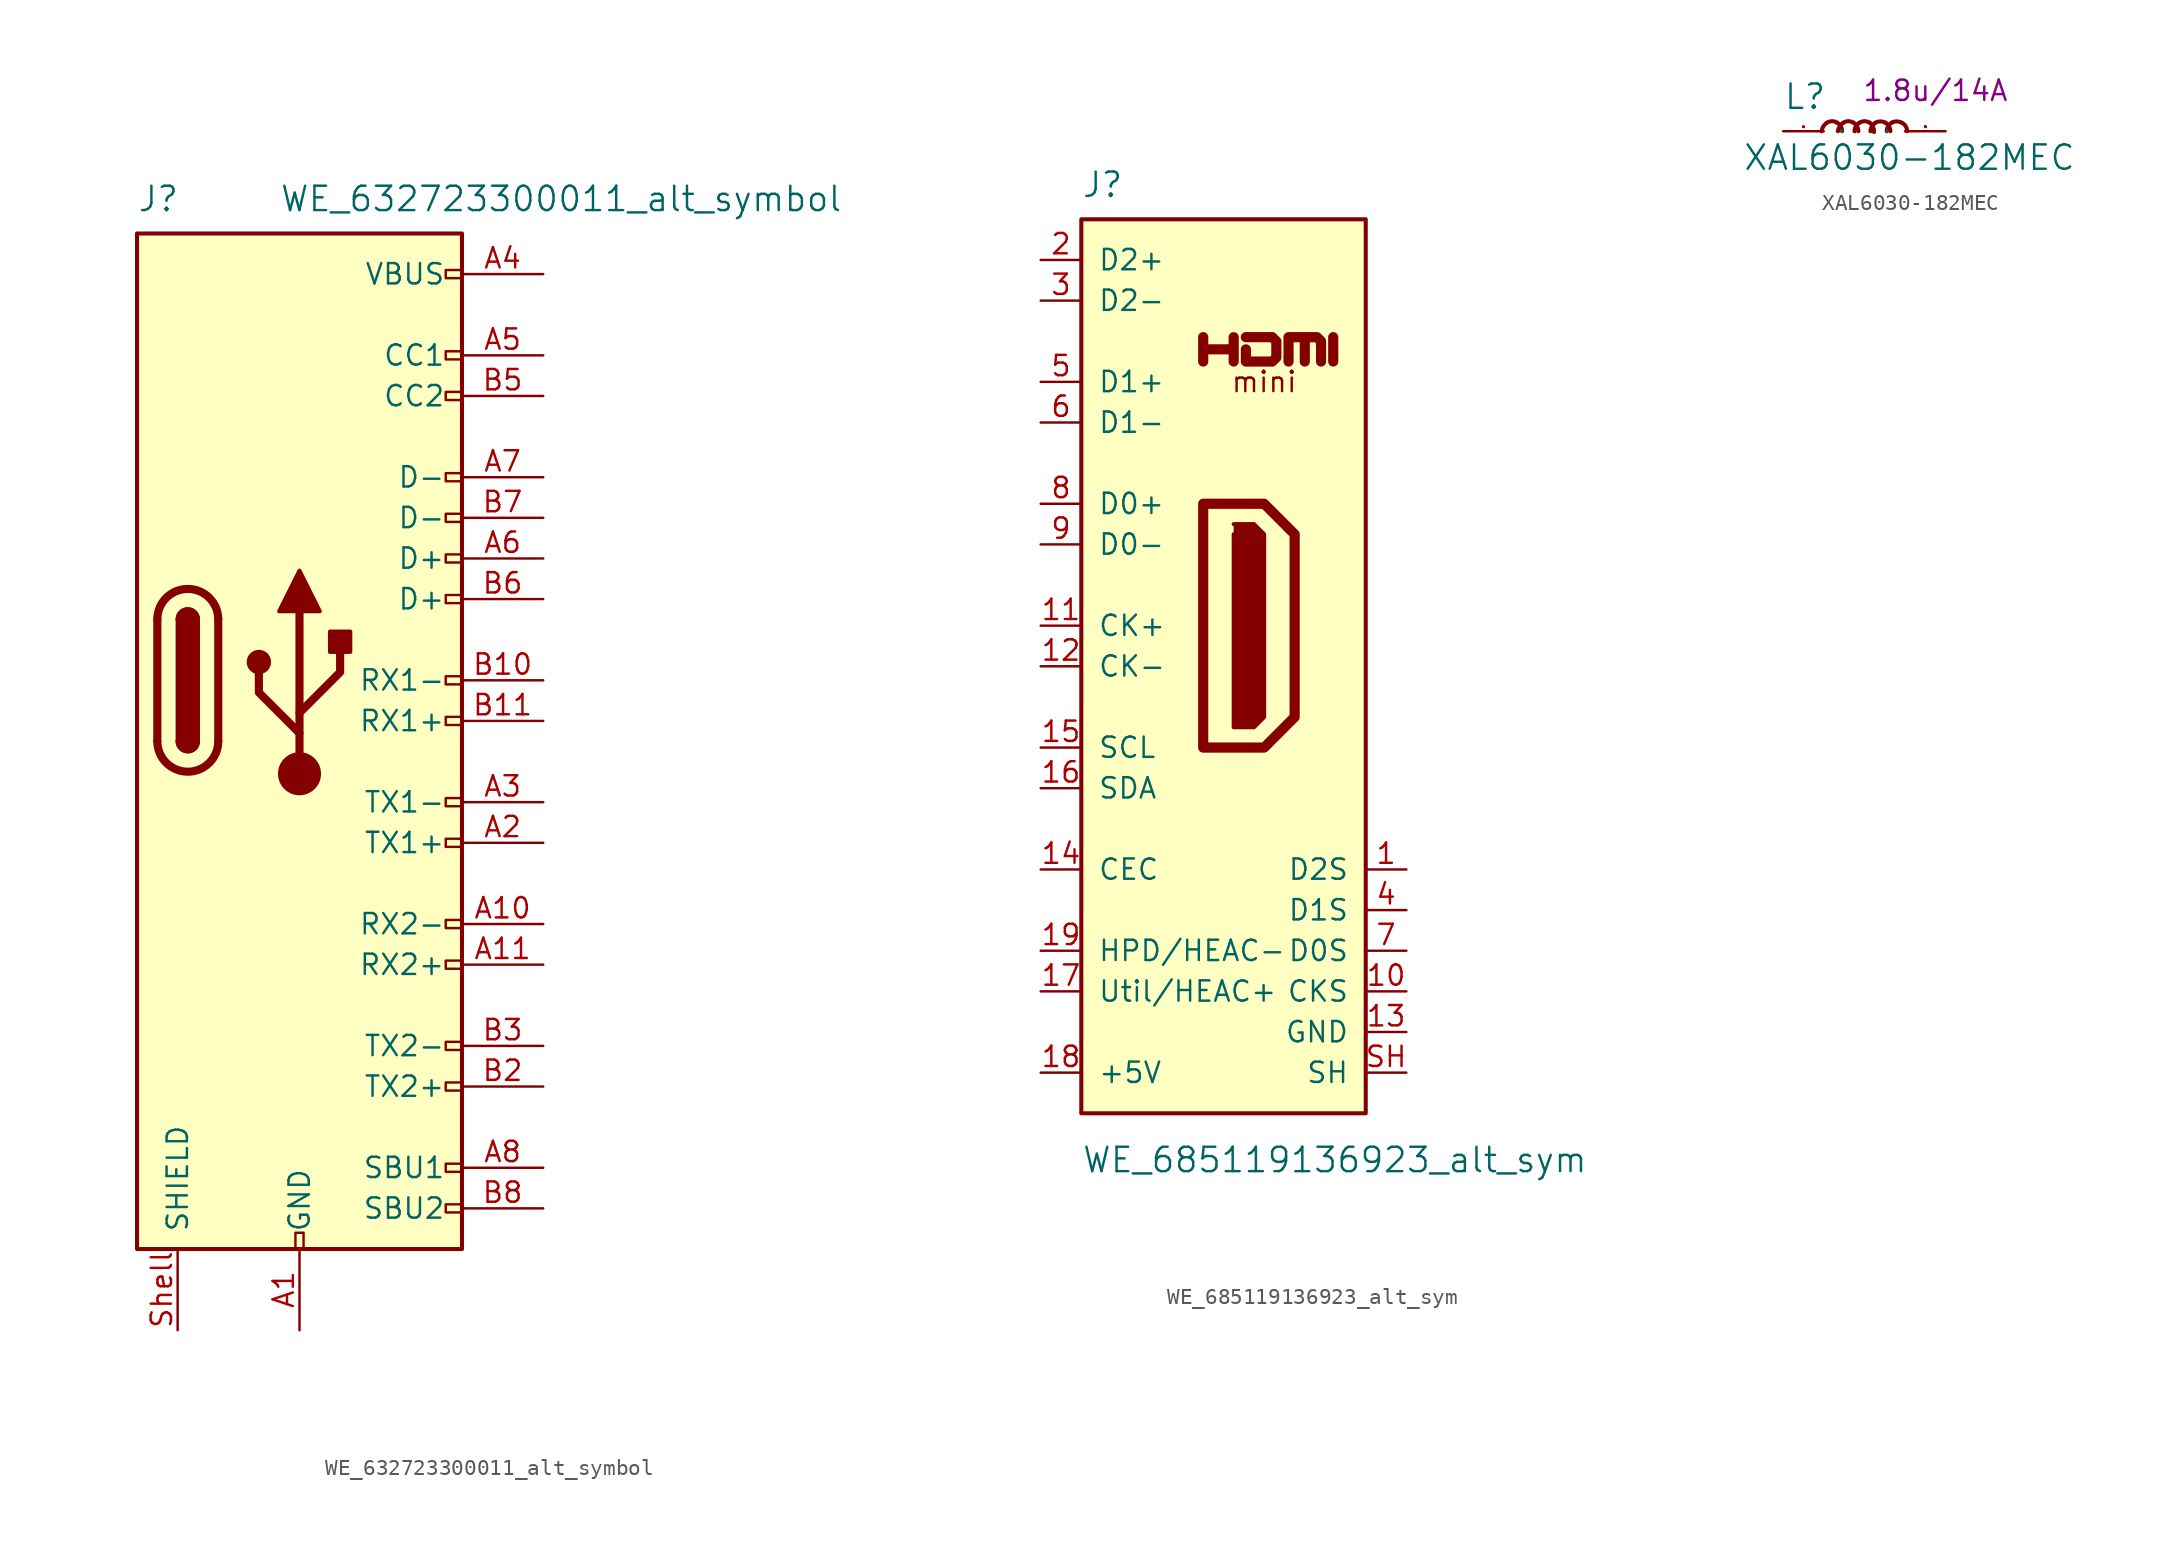
<source format=kicad_sym>
(kicad_symbol_lib
  (version 20220914)
  (generator kicad_symbol_editor)
  (symbol "WE_632723300011_alt_symbol"
    (pin_names
      (offset 1.016))
    (property "Reference" "J"
      (at -10.16 29.21 0)
      (effects (font (size 1.524 1.524)) (justify left bottom)))
    (property "Value" "WE_632723300011_alt_symbol"
      (at -1.27 29.21 0)
      (effects (font (size 1.524 1.524)) (justify left bottom)))
    (symbol "WE_632723300011_alt_symbol_1_1"
      (rectangle (start -10.16 27.94) (end 10.16 -35.56) (stroke (width 0.254) (type default)) (fill (type background)))
      (arc (start -8.89 -3.81) (mid -6.985 -5.7067) (end -5.08 -3.81) (stroke (width 0.508) (type default)) (fill (type none)))
      (arc (start -7.62 -3.81) (mid -6.985 -4.4423) (end -6.35 -3.81) (stroke (width 0.254) (type default)) (fill (type none)))
      (arc (start -7.62 -3.81) (mid -6.985 -4.4423) (end -6.35 -3.81) (stroke (width 0.254) (type default)) (fill (type outline)))
      (rectangle (start -7.62 -3.81) (end -6.35 3.81) (stroke (width 0.254) (type default)) (fill (type outline)))
      (arc (start -6.35 3.81) (mid -6.985 4.4423) (end -7.62 3.81) (stroke (width 0.254) (type default)) (fill (type none)))
      (arc (start -6.35 3.81) (mid -6.985 4.4423) (end -7.62 3.81) (stroke (width 0.254) (type default)) (fill (type outline)))
      (arc (start -5.08 3.81) (mid -6.985 5.7067) (end -8.89 3.81) (stroke (width 0.508) (type default)) (fill (type none)))
      (circle (center -2.54 1.143) (radius 0.635) (stroke (width 0.254) (type default)) (fill (type outline)))
      (rectangle (start -0.254 -35.56) (end 0.254 -34.544) (stroke (width 0) (type default)) (fill (type none)))
      (circle (center 0 -5.842) (radius 1.27) (stroke (width 0) (type default)) (fill (type outline)))
      (polyline (pts (xy -8.89 -3.81) (xy -8.89 3.81)) (stroke (width 0.508) (type default)) (fill (type none)))
      (polyline (pts (xy -5.08 3.81) (xy -5.08 -3.81)) (stroke (width 0.508) (type default)) (fill (type none)))
      (polyline (pts (xy 0 -5.842) (xy 0 4.318)) (stroke (width 0.508) (type default)) (fill (type none)))
      (polyline (pts (xy 0 -3.302) (xy -2.54 -0.762) (xy -2.54 0.508)) (stroke (width 0.508) (type default)) (fill (type none)))
      (polyline (pts (xy 0 -2.032) (xy 2.54 0.508) (xy 2.54 1.778)) (stroke (width 0.508) (type default)) (fill (type none)))
      (polyline (pts (xy -1.27 4.318) (xy 0 6.858) (xy 1.27 4.318) (xy -1.27 4.318)) (stroke (width 0.254) (type default)) (fill (type outline)))
      (rectangle (start 1.905 1.778) (end 3.175 3.048) (stroke (width 0.254) (type default)) (fill (type outline)))
      (rectangle (start 10.16 -32.766) (end 9.144 -33.274) (stroke (width 0) (type default)) (fill (type none)))
      (rectangle (start 10.16 -30.226) (end 9.144 -30.734) (stroke (width 0) (type default)) (fill (type none)))
      (rectangle (start 10.16 -25.146) (end 9.144 -25.654) (stroke (width 0) (type default)) (fill (type none)))
      (rectangle (start 10.16 -22.606) (end 9.144 -23.114) (stroke (width 0) (type default)) (fill (type none)))
      (rectangle (start 10.16 -17.526) (end 9.144 -18.034) (stroke (width 0) (type default)) (fill (type none)))
      (rectangle (start 10.16 -14.986) (end 9.144 -15.494) (stroke (width 0) (type default)) (fill (type none)))
      (rectangle (start 10.16 -9.906) (end 9.144 -10.414) (stroke (width 0) (type default)) (fill (type none)))
      (rectangle (start 10.16 -7.366) (end 9.144 -7.874) (stroke (width 0) (type default)) (fill (type none)))
      (rectangle (start 10.16 -2.286) (end 9.144 -2.794) (stroke (width 0) (type default)) (fill (type none)))
      (rectangle (start 10.16 0.254) (end 9.144 -0.254) (stroke (width 0) (type default)) (fill (type none)))
      (rectangle (start 10.16 5.334) (end 9.144 4.826) (stroke (width 0) (type default)) (fill (type none)))
      (rectangle (start 10.16 7.874) (end 9.144 7.366) (stroke (width 0) (type default)) (fill (type none)))
      (rectangle (start 10.16 10.414) (end 9.144 9.906) (stroke (width 0) (type default)) (fill (type none)))
      (rectangle (start 10.16 12.954) (end 9.144 12.446) (stroke (width 0) (type default)) (fill (type none)))
      (rectangle (start 10.16 18.034) (end 9.144 17.526) (stroke (width 0) (type default)) (fill (type none)))
      (rectangle (start 10.16 20.574) (end 9.144 20.066) (stroke (width 0) (type default)) (fill (type none)))
      (rectangle (start 10.16 25.654) (end 9.144 25.146) (stroke (width 0) (type default)) (fill (type none)))
      (pin passive line (at 0 -40.64 90) (length 5.08) (name "GND" (effects (font (size 1.27 1.27)))) (number "A1" (effects (font (size 1.27 1.27)))))
      (pin bidirectional line (at 15.24 -15.24 180) (length 5.08) (name "RX2-" (effects (font (size 1.27 1.27)))) (number "A10" (effects (font (size 1.27 1.27)))))
      (pin bidirectional line (at 15.24 -17.78 180) (length 5.08) (name "RX2+" (effects (font (size 1.27 1.27)))) (number "A11" (effects (font (size 1.27 1.27)))))
      (pin passive line (at 0 -40.64 90) (length 5.08) hide (name "GND" (effects (font (size 1.27 1.27)))) (number "A12" (effects (font (size 1.27 1.27)))))
      (pin bidirectional line (at 15.24 -10.16 180) (length 5.08) (name "TX1+" (effects (font (size 1.27 1.27)))) (number "A2" (effects (font (size 1.27 1.27)))))
      (pin bidirectional line (at 15.24 -7.62 180) (length 5.08) (name "TX1-" (effects (font (size 1.27 1.27)))) (number "A3" (effects (font (size 1.27 1.27)))))
      (pin passive line (at 15.24 25.4 180) (length 5.08) (name "VBUS" (effects (font (size 1.27 1.27)))) (number "A4" (effects (font (size 1.27 1.27)))))
      (pin bidirectional line (at 15.24 20.32 180) (length 5.08) (name "CC1" (effects (font (size 1.27 1.27)))) (number "A5" (effects (font (size 1.27 1.27)))))
      (pin bidirectional line (at 15.24 7.62 180) (length 5.08) (name "D+" (effects (font (size 1.27 1.27)))) (number "A6" (effects (font (size 1.27 1.27)))))
      (pin bidirectional line (at 15.24 12.7 180) (length 5.08) (name "D-" (effects (font (size 1.27 1.27)))) (number "A7" (effects (font (size 1.27 1.27)))))
      (pin bidirectional line (at 15.24 -30.48 180) (length 5.08) (name "SBU1" (effects (font (size 1.27 1.27)))) (number "A8" (effects (font (size 1.27 1.27)))))
      (pin passive line (at 15.24 25.4 180) (length 5.08) hide (name "VBUS" (effects (font (size 1.27 1.27)))) (number "A9" (effects (font (size 1.27 1.27)))))
      (pin passive line (at 0 -40.64 90) (length 5.08) hide (name "GND" (effects (font (size 1.27 1.27)))) (number "B1" (effects (font (size 1.27 1.27)))))
      (pin bidirectional line (at 15.24 0 180) (length 5.08) (name "RX1-" (effects (font (size 1.27 1.27)))) (number "B10" (effects (font (size 1.27 1.27)))))
      (pin bidirectional line (at 15.24 -2.54 180) (length 5.08) (name "RX1+" (effects (font (size 1.27 1.27)))) (number "B11" (effects (font (size 1.27 1.27)))))
      (pin passive line (at 0 -40.64 90) (length 5.08) hide (name "GND" (effects (font (size 1.27 1.27)))) (number "B12" (effects (font (size 1.27 1.27)))))
      (pin bidirectional line (at 15.24 -25.4 180) (length 5.08) (name "TX2+" (effects (font (size 1.27 1.27)))) (number "B2" (effects (font (size 1.27 1.27)))))
      (pin bidirectional line (at 15.24 -22.86 180) (length 5.08) (name "TX2-" (effects (font (size 1.27 1.27)))) (number "B3" (effects (font (size 1.27 1.27)))))
      (pin passive line (at 15.24 25.4 180) (length 5.08) hide (name "VBUS" (effects (font (size 1.27 1.27)))) (number "B4" (effects (font (size 1.27 1.27)))))
      (pin bidirectional line (at 15.24 17.78 180) (length 5.08) (name "CC2" (effects (font (size 1.27 1.27)))) (number "B5" (effects (font (size 1.27 1.27)))))
      (pin bidirectional line (at 15.24 5.08 180) (length 5.08) (name "D+" (effects (font (size 1.27 1.27)))) (number "B6" (effects (font (size 1.27 1.27)))))
      (pin bidirectional line (at 15.24 10.16 180) (length 5.08) (name "D-" (effects (font (size 1.27 1.27)))) (number "B7" (effects (font (size 1.27 1.27)))))
      (pin bidirectional line (at 15.24 -33.02 180) (length 5.08) (name "SBU2" (effects (font (size 1.27 1.27)))) (number "B8" (effects (font (size 1.27 1.27)))))
      (pin passive line (at 15.24 25.4 180) (length 5.08) hide (name "VBUS" (effects (font (size 1.27 1.27)))) (number "B9" (effects (font (size 1.27 1.27)))))
      (pin passive line (at -7.62 -40.64 90) (length 5.08) (name "SHIELD" (effects (font (size 1.27 1.27)))) (number "Shell" (effects (font (size 1.27 1.27)))))))
  (symbol "WE_685119136923_alt_sym"
    (pin_names
      (offset 1.016))
    (property "Reference" "J"
      (at 0 1.27 0)
      (effects (font (size 1.524 1.524)) (justify left bottom)))
    (property "Value" "WE_685119136923_alt_sym"
      (at 0 -59.69 0)
      (effects (font (size 1.524 1.524)) (justify left bottom)))
    (symbol "WE_685119136923_alt_sym_0_0"
      (polyline (pts (xy 15.748 -8.89) (xy 15.748 -7.366)) (stroke (width 0.635) (type default)) (fill (type none)))
      (polyline (pts (xy 7.62 -8.89) (xy 7.62 -7.366) (xy 7.62 -8.128) (xy 9.525 -8.128) (xy 9.525 -7.366) (xy 9.525 -8.89)) (stroke (width 0.635) (type default)) (fill (type none)))
      (polyline (pts (xy 10.287 -7.366) (xy 11.938 -7.366) (xy 12.192 -7.62) (xy 12.192 -8.636) (xy 11.938 -8.89) (xy 10.287 -8.89) (xy 10.287 -8.128)) (stroke (width 0.635) (type default)) (fill (type none)))
      (text "mini" (at 11.43 -10.16 0) (effects (font (size 1.27 1.27)))))
    (symbol "WE_685119136923_alt_sym_0_1"
      (polyline (pts (xy 7.62 -17.78) (xy 11.43 -17.78) (xy 13.335 -19.685) (xy 13.335 -31.115) (xy 11.43 -33.02) (xy 7.62 -33.02) (xy 7.62 -17.78)) (stroke (width 0.635) (type default)) (fill (type none)))
      (polyline (pts (xy 9.525 -19.05) (xy 10.795 -19.05) (xy 11.43 -19.685) (xy 11.43 -31.115) (xy 10.795 -31.75) (xy 9.525 -31.75) (xy 9.525 -19.685)) (stroke (width 0.254) (type default)) (fill (type outline)))
      (polyline (pts (xy 12.954 -8.89) (xy 12.954 -7.366) (xy 13.97 -7.366) (xy 13.97 -8.89) (xy 13.97 -7.366) (xy 14.732 -7.366) (xy 14.986 -7.62) (xy 14.986 -8.89)) (stroke (width 0.635) (type default)) (fill (type none)))
      (rectangle (start 0 0) (end 17.78 -55.88) (stroke (width 0.254) (type default)) (fill (type background)))
      (pin passive line (at 20.32 -40.64 180) (length 2.54) (name "D2S" (effects (font (size 1.27 1.27)))) (number "1" (effects (font (size 1.27 1.27)))))
      (pin passive line (at 20.32 -48.26 180) (length 2.54) (name "CKS" (effects (font (size 1.27 1.27)))) (number "10" (effects (font (size 1.27 1.27)))))
      (pin passive line (at -2.54 -25.4 0) (length 2.54) (name "CK+" (effects (font (size 1.27 1.27)))) (number "11" (effects (font (size 1.27 1.27)))))
      (pin passive line (at -2.54 -27.94 0) (length 2.54) (name "CK-" (effects (font (size 1.27 1.27)))) (number "12" (effects (font (size 1.27 1.27)))))
      (pin passive line (at 20.32 -50.8 180) (length 2.54) (name "GND" (effects (font (size 1.27 1.27)))) (number "13" (effects (font (size 1.27 1.27)))))
      (pin passive line (at -2.54 -40.64 0) (length 2.54) (name "CEC" (effects (font (size 1.27 1.27)))) (number "14" (effects (font (size 1.27 1.27)))))
      (pin passive line (at -2.54 -33.02 0) (length 2.54) (name "SCL" (effects (font (size 1.27 1.27)))) (number "15" (effects (font (size 1.27 1.27)))))
      (pin passive line (at -2.54 -35.56 0) (length 2.54) (name "SDA" (effects (font (size 1.27 1.27)))) (number "16" (effects (font (size 1.27 1.27)))))
      (pin passive line (at -2.54 -48.26 0) (length 2.54) (name "Util/HEAC+" (effects (font (size 1.27 1.27)))) (number "17" (effects (font (size 1.27 1.27)))) (alternate "HEAC+" passive line) (alternate "Utility" passive line))
      (pin passive line (at -2.54 -53.34 0) (length 2.54) (name "+5V" (effects (font (size 1.27 1.27)))) (number "18" (effects (font (size 1.27 1.27)))))
      (pin passive line (at -2.54 -45.72 0) (length 2.54) (name "HPD/HEAC-" (effects (font (size 1.27 1.27)))) (number "19" (effects (font (size 1.27 1.27)))) (alternate "HEAC-" passive line) (alternate "HPD" passive line))
      (pin passive line (at -2.54 -2.54 0) (length 2.54) (name "D2+" (effects (font (size 1.27 1.27)))) (number "2" (effects (font (size 1.27 1.27)))))
      (pin passive line (at -2.54 -5.08 0) (length 2.54) (name "D2-" (effects (font (size 1.27 1.27)))) (number "3" (effects (font (size 1.27 1.27)))))
      (pin passive line (at 20.32 -43.18 180) (length 2.54) (name "D1S" (effects (font (size 1.27 1.27)))) (number "4" (effects (font (size 1.27 1.27)))))
      (pin passive line (at -2.54 -10.16 0) (length 2.54) (name "D1+" (effects (font (size 1.27 1.27)))) (number "5" (effects (font (size 1.27 1.27)))))
      (pin passive line (at -2.54 -12.7 0) (length 2.54) (name "D1-" (effects (font (size 1.27 1.27)))) (number "6" (effects (font (size 1.27 1.27)))))
      (pin passive line (at 20.32 -45.72 180) (length 2.54) (name "D0S" (effects (font (size 1.27 1.27)))) (number "7" (effects (font (size 1.27 1.27)))))
      (pin passive line (at -2.54 -17.78 0) (length 2.54) (name "D0+" (effects (font (size 1.27 1.27)))) (number "8" (effects (font (size 1.27 1.27)))))
      (pin passive line (at -2.54 -20.32 0) (length 2.54) (name "D0-" (effects (font (size 1.27 1.27)))) (number "9" (effects (font (size 1.27 1.27)))))
      (pin passive line (at 20.32 -53.34 180) (length 2.54) (name "SH" (effects (font (size 1.27 1.27)))) (number "SH" (effects (font (size 1.27 1.27)))))))
  (symbol "XAL6030-182MEC"
    (pin_names
      (offset 1.016))
    (property "Reference" "L"
      (at -5.08 1.27 0)
      (effects (font (size 1.524 1.524)) (justify left bottom)))
    (property "Value" "XAL6030-182MEC"
      (at -7.62 -2.54 0)
      (effects (font (size 1.524 1.524)) (justify left bottom)))
    (property "Val" "1.8u/14A"
      (at 4.445 2.54 0)
      (effects (font (size 1.27 1.27))))
    (symbol "XAL6030-182MEC_0_1"
      (pin passive line (at -5.08 0 0) (length 2.54) (name "P" (effects (font (size 0.025 0.025)))) (number "1" (effects (font (size 0.025 0.025)))))
      (pin passive line (at 5.08 0 180) (length 2.54) (name "P" (effects (font (size 0.025 0.025)))) (number "2" (effects (font (size 0.025 0.025))))))
    (symbol "XAL6030-182MEC_1_1"
      (arc (start -2.3368 0.5334) (mid -2.5634 0.3084) (end -2.667 0) (stroke (width 0.254) (type default)) (fill (type none)))
      (arc (start -1.7018 0.5334) (mid -2.021 0.6272) (end -2.3368 0.5334) (stroke (width 0.254) (type default)) (fill (type none)))
      (arc (start -1.397 0) (mid -1.4773 0.309) (end -1.7018 0.5334) (stroke (width 0.254) (type default)) (fill (type none)))
      (arc (start -1.3208 0.5334) (mid -1.5474 0.3084) (end -1.651 0) (stroke (width 0.254) (type default)) (fill (type none)))
      (arc (start -0.6858 0.5334) (mid -1.005 0.6272) (end -1.3208 0.5334) (stroke (width 0.254) (type default)) (fill (type none)))
      (arc (start -0.381 0) (mid -0.4613 0.309) (end -0.6858 0.5334) (stroke (width 0.254) (type default)) (fill (type none)))
      (arc (start -0.3048 0.5334) (mid -0.5314 0.3084) (end -0.6096 0) (stroke (width 0.254) (type default)) (fill (type none)))
      (arc (start 0.3302 0.5334) (mid 0.011 0.6272) (end -0.3048 0.5334) (stroke (width 0.254) (type default)) (fill (type none)))
      (arc (start 0.6096 -0.0508) (mid 0.5463 0.2752) (end 0.3302 0.5334) (stroke (width 0.254) (type default)) (fill (type none)))
      (arc (start 0.6858 0.5334) (mid 0.468 0.3053) (end 0.381 0) (stroke (width 0.254) (type default)) (fill (type none)))
      (arc (start 1.3208 0.5334) (mid 1.0052 0.6142) (end 0.6858 0.5334) (stroke (width 0.254) (type default)) (fill (type none)))
      (arc (start 1.6256 0) (mid 1.5432 0.306) (end 1.3208 0.5334) (stroke (width 0.254) (type default)) (fill (type none)))
      (arc (start 1.7018 0.5334) (mid 1.484 0.3053) (end 1.397 0) (stroke (width 0.254) (type default)) (fill (type none)))
      (arc (start 2.3368 0.5334) (mid 2.0212 0.6142) (end 1.7018 0.5334) (stroke (width 0.254) (type default)) (fill (type none)))
      (arc (start 2.667 0) (mid 2.5812 0.3187) (end 2.3368 0.5334) (stroke (width 0.254) (type default)) (fill (type none))))))
</source>
